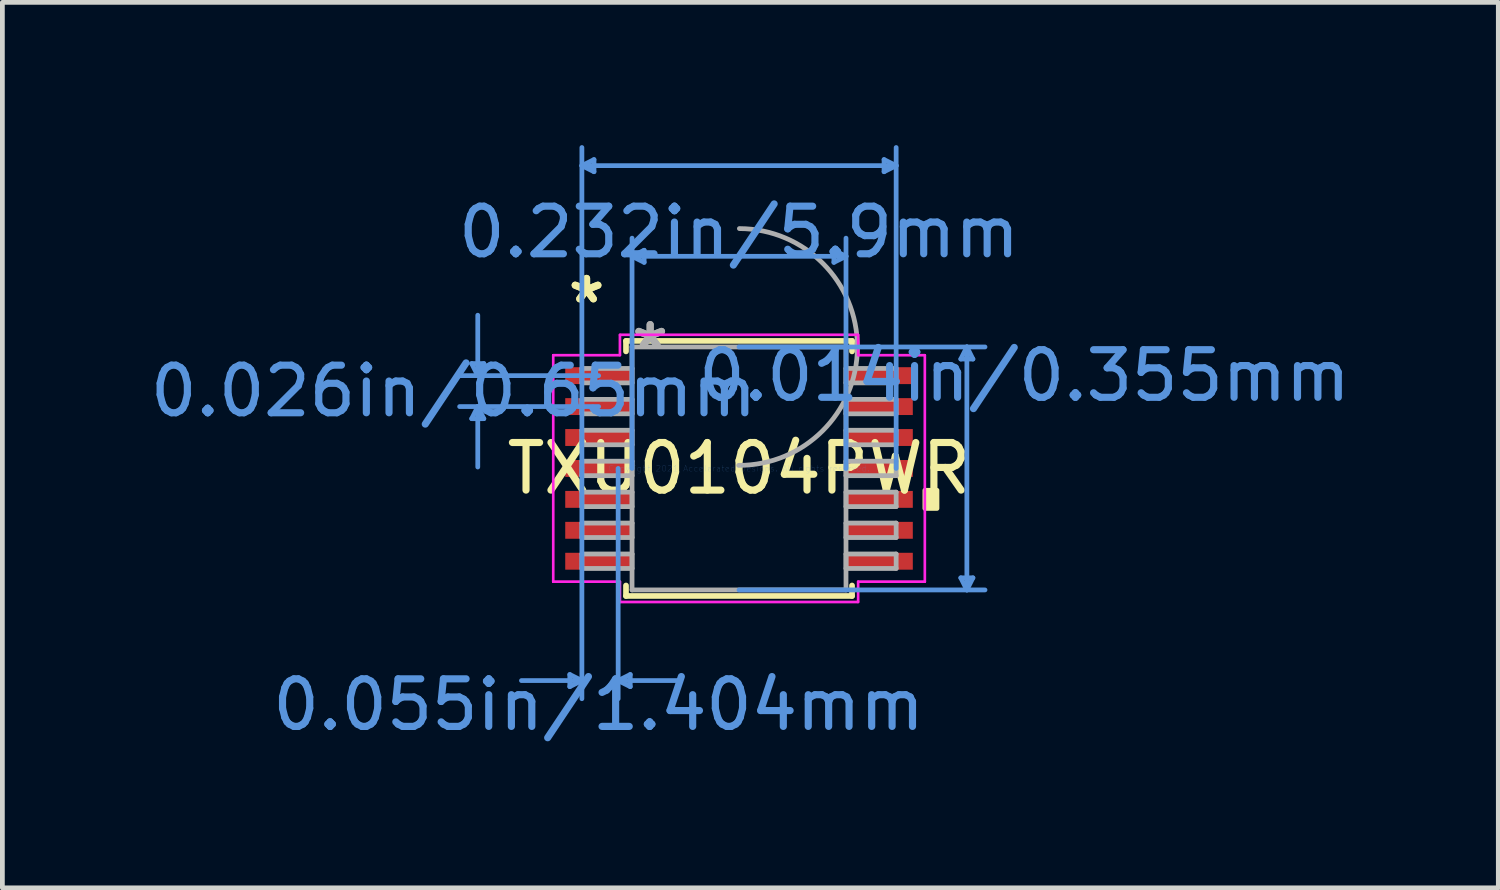
<source format=kicad_pcb>
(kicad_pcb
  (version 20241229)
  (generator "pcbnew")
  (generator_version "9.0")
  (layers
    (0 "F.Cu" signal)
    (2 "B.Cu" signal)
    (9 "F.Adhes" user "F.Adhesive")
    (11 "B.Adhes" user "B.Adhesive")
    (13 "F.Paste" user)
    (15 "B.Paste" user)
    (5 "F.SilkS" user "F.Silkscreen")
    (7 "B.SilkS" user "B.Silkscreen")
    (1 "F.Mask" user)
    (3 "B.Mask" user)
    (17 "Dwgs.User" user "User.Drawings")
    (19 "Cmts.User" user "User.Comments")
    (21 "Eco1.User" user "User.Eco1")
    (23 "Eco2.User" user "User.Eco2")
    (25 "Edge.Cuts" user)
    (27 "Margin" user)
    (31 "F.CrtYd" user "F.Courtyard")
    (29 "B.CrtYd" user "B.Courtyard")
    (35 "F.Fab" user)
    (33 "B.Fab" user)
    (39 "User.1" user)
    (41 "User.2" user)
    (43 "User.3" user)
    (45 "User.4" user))
  (footprint "TXU0104PWR"
    (layer "F.Cu")
    (at 12.48 6.794)
    (property "Reference" "TXU0104PWR" (at 0 0 0) (layer "F.SilkS") (effects (font (size 1 1) (thickness 0.15))))
    (attr through_hole)
    (fp_line (start -2.375 -2.68) (end -2.375 -2.46) (stroke (width 0.12) (type solid)) (layer "F.SilkS"))
    (fp_line (start -2.375 2.46) (end -2.375 2.68) (stroke (width 0.12) (type solid)) (layer "F.SilkS"))
    (fp_line (start -2.375 2.68) (end 2.375 2.68) (stroke (width 0.12) (type solid)) (layer "F.SilkS"))
    (fp_line (start 2.375 -2.68) (end -2.375 -2.68) (stroke (width 0.12) (type solid)) (layer "F.SilkS"))
    (fp_line (start 2.375 -2.46) (end 2.375 -2.68) (stroke (width 0.12) (type solid)) (layer "F.SilkS"))
    (fp_line (start 2.375 2.68) (end 2.375 2.46) (stroke (width 0.12) (type solid)) (layer "F.SilkS"))
    (fp_poly (pts (xy 4.16 0.459) (xy 4.16 0.84) (xy 3.906 0.84) (xy 3.906 0.459)) (stroke (width 0.1) (type solid)) (fill yes) (layer "F.SilkS"))
    (fp_line (start -5.617 -2.204) (end -5.363 -2.204) (stroke (width 0.1) (type solid)) (layer "Cmts.User"))
    (fp_line (start -5.617 -1.046) (end -5.363 -1.046) (stroke (width 0.1) (type solid)) (layer "Cmts.User"))
    (fp_line (start -5.49 -1.95) (end -5.617 -2.204) (stroke (width 0.1) (type solid)) (layer "Cmts.User"))
    (fp_line (start -5.49 -1.95) (end -5.49 -3.22) (stroke (width 0.1) (type solid)) (layer "Cmts.User"))
    (fp_line (start -5.49 -1.95) (end -5.363 -2.204) (stroke (width 0.1) (type solid)) (layer "Cmts.User"))
    (fp_line (start -5.49 -1.3) (end -5.617 -1.046) (stroke (width 0.1) (type solid)) (layer "Cmts.User"))
    (fp_line (start -5.49 -1.3) (end -5.49 -0.03) (stroke (width 0.1) (type solid)) (layer "Cmts.User"))
    (fp_line (start -5.49 -1.3) (end -5.363 -1.046) (stroke (width 0.1) (type solid)) (layer "Cmts.User"))
    (fp_line (start -3.556 4.331) (end -3.556 4.585) (stroke (width 0.1) (type solid)) (layer "Cmts.User"))
    (fp_line (start -3.302 -6.363) (end -3.048 -6.49) (stroke (width 0.1) (type solid)) (layer "Cmts.User"))
    (fp_line (start -3.302 -6.363) (end -3.048 -6.236) (stroke (width 0.1) (type solid)) (layer "Cmts.User"))
    (fp_line (start -3.302 -6.363) (end 3.302 -6.363) (stroke (width 0.1) (type solid)) (layer "Cmts.User"))
    (fp_line (start -3.302 0) (end -3.302 -6.744) (stroke (width 0.1) (type solid)) (layer "Cmts.User"))
    (fp_line (start -3.302 0) (end -3.302 4.839) (stroke (width 0.1) (type solid)) (layer "Cmts.User"))
    (fp_line (start -3.302 4.458) (end -4.572 4.458) (stroke (width 0.1) (type solid)) (layer "Cmts.User"))
    (fp_line (start -3.302 4.458) (end -3.556 4.331) (stroke (width 0.1) (type solid)) (layer "Cmts.User"))
    (fp_line (start -3.302 4.458) (end -3.556 4.585) (stroke (width 0.1) (type solid)) (layer "Cmts.User"))
    (fp_line (start -3.048 -6.49) (end -3.048 -6.236) (stroke (width 0.1) (type solid)) (layer "Cmts.User"))
    (fp_line (start -2.95 -1.95) (end -5.871 -1.95) (stroke (width 0.1) (type solid)) (layer "Cmts.User"))
    (fp_line (start -2.95 -1.3) (end -5.871 -1.3) (stroke (width 0.1) (type solid)) (layer "Cmts.User"))
    (fp_line (start -2.54 0) (end -2.54 4.839) (stroke (width 0.1) (type solid)) (layer "Cmts.User"))
    (fp_line (start -2.54 4.458) (end -2.286 4.331) (stroke (width 0.1) (type solid)) (layer "Cmts.User"))
    (fp_line (start -2.54 4.458) (end -2.286 4.585) (stroke (width 0.1) (type solid)) (layer "Cmts.User"))
    (fp_line (start -2.54 4.458) (end -1.27 4.458) (stroke (width 0.1) (type solid)) (layer "Cmts.User"))
    (fp_line (start -2.286 4.331) (end -2.286 4.585) (stroke (width 0.1) (type solid)) (layer "Cmts.User"))
    (fp_line (start -2.248 -4.458) (end -1.994 -4.585) (stroke (width 0.1) (type solid)) (layer "Cmts.User"))
    (fp_line (start -2.248 -4.458) (end -1.994 -4.331) (stroke (width 0.1) (type solid)) (layer "Cmts.User"))
    (fp_line (start -2.248 -4.458) (end 2.248 -4.458) (stroke (width 0.1) (type solid)) (layer "Cmts.User"))
    (fp_line (start -2.248 0) (end -2.248 -4.839) (stroke (width 0.1) (type solid)) (layer "Cmts.User"))
    (fp_line (start -1.994 -4.585) (end -1.994 -4.331) (stroke (width 0.1) (type solid)) (layer "Cmts.User"))
    (fp_line (start 0 -2.553) (end 5.169 -2.553) (stroke (width 0.1) (type solid)) (layer "Cmts.User"))
    (fp_line (start 0 2.553) (end 5.169 2.553) (stroke (width 0.1) (type solid)) (layer "Cmts.User"))
    (fp_line (start 1.994 -4.585) (end 1.994 -4.331) (stroke (width 0.1) (type solid)) (layer "Cmts.User"))
    (fp_line (start 2.248 -4.458) (end 1.994 -4.585) (stroke (width 0.1) (type solid)) (layer "Cmts.User"))
    (fp_line (start 2.248 -4.458) (end 1.994 -4.331) (stroke (width 0.1) (type solid)) (layer "Cmts.User"))
    (fp_line (start 2.248 0) (end 2.248 -4.839) (stroke (width 0.1) (type solid)) (layer "Cmts.User"))
    (fp_line (start 3.048 -6.49) (end 3.048 -6.236) (stroke (width 0.1) (type solid)) (layer "Cmts.User"))
    (fp_line (start 3.302 -6.363) (end 3.048 -6.49) (stroke (width 0.1) (type solid)) (layer "Cmts.User"))
    (fp_line (start 3.302 -6.363) (end 3.048 -6.236) (stroke (width 0.1) (type solid)) (layer "Cmts.User"))
    (fp_line (start 3.302 0) (end 3.302 -6.744) (stroke (width 0.1) (type solid)) (layer "Cmts.User"))
    (fp_line (start 4.661 -2.299) (end 4.915 -2.299) (stroke (width 0.1) (type solid)) (layer "Cmts.User"))
    (fp_line (start 4.661 2.299) (end 4.915 2.299) (stroke (width 0.1) (type solid)) (layer "Cmts.User"))
    (fp_line (start 4.788 -2.553) (end 4.661 -2.299) (stroke (width 0.1) (type solid)) (layer "Cmts.User"))
    (fp_line (start 4.788 -2.553) (end 4.788 2.553) (stroke (width 0.1) (type solid)) (layer "Cmts.User"))
    (fp_line (start 4.788 -2.553) (end 4.915 -2.299) (stroke (width 0.1) (type solid)) (layer "Cmts.User"))
    (fp_line (start 4.788 2.553) (end 4.661 2.299) (stroke (width 0.1) (type solid)) (layer "Cmts.User"))
    (fp_line (start 4.788 2.553) (end 4.915 2.299) (stroke (width 0.1) (type solid)) (layer "Cmts.User"))
    (fp_line (start -3.906 -2.381) (end -2.502 -2.381) (stroke (width 0.05) (type solid)) (layer "F.CrtYd"))
    (fp_line (start -3.906 -2.381) (end -2.502 -2.381) (stroke (width 0.05) (type solid)) (layer "F.CrtYd"))
    (fp_line (start -3.906 2.381) (end -3.906 -2.381) (stroke (width 0.05) (type solid)) (layer "F.CrtYd"))
    (fp_line (start -3.906 2.381) (end -3.906 -2.381) (stroke (width 0.05) (type solid)) (layer "F.CrtYd"))
    (fp_line (start -3.906 2.381) (end -2.502 2.381) (stroke (width 0.05) (type solid)) (layer "F.CrtYd"))
    (fp_line (start -2.502 -2.807) (end 2.502 -2.807) (stroke (width 0.05) (type solid)) (layer "F.CrtYd"))
    (fp_line (start -2.502 -2.807) (end 2.502 -2.807) (stroke (width 0.05) (type solid)) (layer "F.CrtYd"))
    (fp_line (start -2.502 -2.381) (end -2.502 -2.807) (stroke (width 0.05) (type solid)) (layer "F.CrtYd"))
    (fp_line (start -2.502 -2.381) (end -2.502 -2.807) (stroke (width 0.05) (type solid)) (layer "F.CrtYd"))
    (fp_line (start -2.502 2.381) (end -3.906 2.381) (stroke (width 0.05) (type solid)) (layer "F.CrtYd"))
    (fp_line (start -2.502 2.807) (end -2.502 2.381) (stroke (width 0.05) (type solid)) (layer "F.CrtYd"))
    (fp_line (start -2.502 2.807) (end -2.502 2.381) (stroke (width 0.05) (type solid)) (layer "F.CrtYd"))
    (fp_line (start 2.502 -2.807) (end 2.502 -2.381) (stroke (width 0.05) (type solid)) (layer "F.CrtYd"))
    (fp_line (start 2.502 -2.807) (end 2.502 -2.381) (stroke (width 0.05) (type solid)) (layer "F.CrtYd"))
    (fp_line (start 2.502 -2.381) (end 3.906 -2.381) (stroke (width 0.05) (type solid)) (layer "F.CrtYd"))
    (fp_line (start 2.502 2.381) (end 2.502 2.807) (stroke (width 0.05) (type solid)) (layer "F.CrtYd"))
    (fp_line (start 2.502 2.381) (end 2.502 2.807) (stroke (width 0.05) (type solid)) (layer "F.CrtYd"))
    (fp_line (start 2.502 2.807) (end -2.502 2.807) (stroke (width 0.05) (type solid)) (layer "F.CrtYd"))
    (fp_line (start 2.502 2.807) (end -2.502 2.807) (stroke (width 0.05) (type solid)) (layer "F.CrtYd"))
    (fp_line (start 3.906 -2.381) (end 2.502 -2.381) (stroke (width 0.05) (type solid)) (layer "F.CrtYd"))
    (fp_line (start 3.906 -2.381) (end 3.906 2.381) (stroke (width 0.05) (type solid)) (layer "F.CrtYd"))
    (fp_line (start 3.906 -2.381) (end 3.906 2.381) (stroke (width 0.05) (type solid)) (layer "F.CrtYd"))
    (fp_line (start 3.906 2.381) (end 2.502 2.381) (stroke (width 0.05) (type solid)) (layer "F.CrtYd"))
    (fp_line (start 3.906 2.381) (end 2.502 2.381) (stroke (width 0.05) (type solid)) (layer "F.CrtYd"))
    (fp_line (start -3.302 -2.102) (end -3.302 -1.798) (stroke (width 0.1) (type solid)) (layer "F.Fab"))
    (fp_line (start -3.302 -1.798) (end -2.248 -1.798) (stroke (width 0.1) (type solid)) (layer "F.Fab"))
    (fp_line (start -3.302 -1.452) (end -3.302 -1.148) (stroke (width 0.1) (type solid)) (layer "F.Fab"))
    (fp_line (start -3.302 -1.148) (end -2.248 -1.148) (stroke (width 0.1) (type solid)) (layer "F.Fab"))
    (fp_line (start -3.302 -0.802) (end -3.302 -0.498) (stroke (width 0.1) (type solid)) (layer "F.Fab"))
    (fp_line (start -3.302 -0.498) (end -2.248 -0.498) (stroke (width 0.1) (type solid)) (layer "F.Fab"))
    (fp_line (start -3.302 -0.152) (end -3.302 0.152) (stroke (width 0.1) (type solid)) (layer "F.Fab"))
    (fp_line (start -3.302 0.152) (end -2.248 0.152) (stroke (width 0.1) (type solid)) (layer "F.Fab"))
    (fp_line (start -3.302 0.498) (end -3.302 0.802) (stroke (width 0.1) (type solid)) (layer "F.Fab"))
    (fp_line (start -3.302 0.802) (end -2.248 0.802) (stroke (width 0.1) (type solid)) (layer "F.Fab"))
    (fp_line (start -3.302 1.148) (end -3.302 1.452) (stroke (width 0.1) (type solid)) (layer "F.Fab"))
    (fp_line (start -3.302 1.452) (end -2.248 1.452) (stroke (width 0.1) (type solid)) (layer "F.Fab"))
    (fp_line (start -3.302 1.798) (end -3.302 2.102) (stroke (width 0.1) (type solid)) (layer "F.Fab"))
    (fp_line (start -3.302 2.102) (end -2.248 2.102) (stroke (width 0.1) (type solid)) (layer "F.Fab"))
    (fp_line (start -2.248 -2.553) (end -2.248 2.553) (stroke (width 0.1) (type solid)) (layer "F.Fab"))
    (fp_line (start -2.248 -2.102) (end -3.302 -2.102) (stroke (width 0.1) (type solid)) (layer "F.Fab"))
    (fp_line (start -2.248 -1.798) (end -2.248 -2.102) (stroke (width 0.1) (type solid)) (layer "F.Fab"))
    (fp_line (start -2.248 -1.452) (end -3.302 -1.452) (stroke (width 0.1) (type solid)) (layer "F.Fab"))
    (fp_line (start -2.248 -1.148) (end -2.248 -1.452) (stroke (width 0.1) (type solid)) (layer "F.Fab"))
    (fp_line (start -2.248 -0.802) (end -3.302 -0.802) (stroke (width 0.1) (type solid)) (layer "F.Fab"))
    (fp_line (start -2.248 -0.498) (end -2.248 -0.802) (stroke (width 0.1) (type solid)) (layer "F.Fab"))
    (fp_line (start -2.248 -0.152) (end -3.302 -0.152) (stroke (width 0.1) (type solid)) (layer "F.Fab"))
    (fp_line (start -2.248 0.152) (end -2.248 -0.152) (stroke (width 0.1) (type solid)) (layer "F.Fab"))
    (fp_line (start -2.248 0.498) (end -3.302 0.498) (stroke (width 0.1) (type solid)) (layer "F.Fab"))
    (fp_line (start -2.248 0.802) (end -2.248 0.498) (stroke (width 0.1) (type solid)) (layer "F.Fab"))
    (fp_line (start -2.248 1.148) (end -3.302 1.148) (stroke (width 0.1) (type solid)) (layer "F.Fab"))
    (fp_line (start -2.248 1.452) (end -2.248 1.148) (stroke (width 0.1) (type solid)) (layer "F.Fab"))
    (fp_line (start -2.248 1.798) (end -3.302 1.798) (stroke (width 0.1) (type solid)) (layer "F.Fab"))
    (fp_line (start -2.248 2.102) (end -2.248 1.798) (stroke (width 0.1) (type solid)) (layer "F.Fab"))
    (fp_line (start -2.248 2.553) (end 2.248 2.553) (stroke (width 0.1) (type solid)) (layer "F.Fab"))
    (fp_line (start 2.248 -2.553) (end -2.248 -2.553) (stroke (width 0.1) (type solid)) (layer "F.Fab"))
    (fp_line (start 2.248 -2.102) (end 2.248 -1.798) (stroke (width 0.1) (type solid)) (layer "F.Fab"))
    (fp_line (start 2.248 -1.798) (end 3.302 -1.798) (stroke (width 0.1) (type solid)) (layer "F.Fab"))
    (fp_line (start 2.248 -1.452) (end 2.248 -1.148) (stroke (width 0.1) (type solid)) (layer "F.Fab"))
    (fp_line (start 2.248 -1.148) (end 3.302 -1.148) (stroke (width 0.1) (type solid)) (layer "F.Fab"))
    (fp_line (start 2.248 -0.802) (end 2.248 -0.498) (stroke (width 0.1) (type solid)) (layer "F.Fab"))
    (fp_line (start 2.248 -0.498) (end 3.302 -0.498) (stroke (width 0.1) (type solid)) (layer "F.Fab"))
    (fp_line (start 2.248 -0.152) (end 2.248 0.152) (stroke (width 0.1) (type solid)) (layer "F.Fab"))
    (fp_line (start 2.248 0.152) (end 3.302 0.152) (stroke (width 0.1) (type solid)) (layer "F.Fab"))
    (fp_line (start 2.248 0.498) (end 2.248 0.802) (stroke (width 0.1) (type solid)) (layer "F.Fab"))
    (fp_line (start 2.248 0.802) (end 3.302 0.802) (stroke (width 0.1) (type solid)) (layer "F.Fab"))
    (fp_line (start 2.248 1.148) (end 2.248 1.452) (stroke (width 0.1) (type solid)) (layer "F.Fab"))
    (fp_line (start 2.248 1.452) (end 3.302 1.452) (stroke (width 0.1) (type solid)) (layer "F.Fab"))
    (fp_line (start 2.248 1.798) (end 2.248 2.102) (stroke (width 0.1) (type solid)) (layer "F.Fab"))
    (fp_line (start 2.248 2.102) (end 3.302 2.102) (stroke (width 0.1) (type solid)) (layer "F.Fab"))
    (fp_line (start 2.248 2.553) (end 2.248 -2.553) (stroke (width 0.1) (type solid)) (layer "F.Fab"))
    (fp_line (start 3.302 -2.102) (end 2.248 -2.102) (stroke (width 0.1) (type solid)) (layer "F.Fab"))
    (fp_line (start 3.302 -1.798) (end 3.302 -2.102) (stroke (width 0.1) (type solid)) (layer "F.Fab"))
    (fp_line (start 3.302 -1.452) (end 2.248 -1.452) (stroke (width 0.1) (type solid)) (layer "F.Fab"))
    (fp_line (start 3.302 -1.148) (end 3.302 -1.452) (stroke (width 0.1) (type solid)) (layer "F.Fab"))
    (fp_line (start 3.302 -0.802) (end 2.248 -0.802) (stroke (width 0.1) (type solid)) (layer "F.Fab"))
    (fp_line (start 3.302 -0.498) (end 3.302 -0.802) (stroke (width 0.1) (type solid)) (layer "F.Fab"))
    (fp_line (start 3.302 -0.152) (end 2.248 -0.152) (stroke (width 0.1) (type solid)) (layer "F.Fab"))
    (fp_line (start 3.302 0.152) (end 3.302 -0.152) (stroke (width 0.1) (type solid)) (layer "F.Fab"))
    (fp_line (start 3.302 0.498) (end 2.248 0.498) (stroke (width 0.1) (type solid)) (layer "F.Fab"))
    (fp_line (start 3.302 0.802) (end 3.302 0.498) (stroke (width 0.1) (type solid)) (layer "F.Fab"))
    (fp_line (start 3.302 1.148) (end 2.248 1.148) (stroke (width 0.1) (type solid)) (layer "F.Fab"))
    (fp_line (start 3.302 1.452) (end 3.302 1.148) (stroke (width 0.1) (type solid)) (layer "F.Fab"))
    (fp_line (start 3.302 1.798) (end 2.248 1.798) (stroke (width 0.1) (type solid)) (layer "F.Fab"))
    (fp_line (start 3.302 2.102) (end 3.302 1.798) (stroke (width 0.1) (type solid)) (layer "F.Fab"))
    (fp_arc (start 0.007742 -5.040561) (mid 2.487861 -2.544958) (end -0.007742 -0.064839) (stroke (width 0.1) (type solid)) (layer "F.Fab"))
    (fp_text user "*" (at -3.204 -3.448 0) (layer "F.SilkS") (effects (font (size 1 1) (thickness 0.15))))
    (fp_text user "*" (at -3.204 -3.448 0) (layer "F.SilkS") (effects (font (size 1 1) (thickness 0.15))))
    (fp_text user "0.026in/0.65mm" (at -5.998 -1.625 0) (layer "Cmts.User") (effects (font (size 1 1) (thickness 0.15))))
    (fp_text user "0.055in/1.404mm" (at -2.95 4.966 0) (layer "Cmts.User") (effects (font (size 1 1) (thickness 0.15))))
    (fp_text user "0.014in/0.355mm" (at 5.998 -1.95 0) (layer "Cmts.User") (effects (font (size 1 1) (thickness 0.15))))
    (fp_text user "Copyright 2021 Accelerated Designs. All rights reserved." (at 0 0 0) (layer "Cmts.User") (effects (font (size 0.127 0.127) (thickness 0.002))))
    (fp_text user "0.232in/5.9mm" (at 0 -4.966 0) (layer "Cmts.User") (effects (font (size 1 1) (thickness 0.15))))
    (fp_text user "*" (at -1.867 -2.477 0) (layer "F.Fab") (effects (font (size 1 1) (thickness 0.15))))
    (fp_text user "*" (at -1.867 -2.477 0) (layer "F.Fab") (effects (font (size 1 1) (thickness 0.15))))
    (pad "1" smd rect (at -2.95 -1.95) (size 1.404 0.355) (layers "F.Cu" "F.Mask" "F.Paste"))
    (pad "2" smd rect (at -2.95 -1.3) (size 1.404 0.355) (layers "F.Cu" "F.Mask" "F.Paste"))
    (pad "3" smd rect (at -2.95 -0.65) (size 1.404 0.355) (layers "F.Cu" "F.Mask" "F.Paste"))
    (pad "4" smd rect (at -2.95 0) (size 1.404 0.355) (layers "F.Cu" "F.Mask" "F.Paste"))
    (pad "5" smd rect (at -2.95 0.65) (size 1.404 0.355) (layers "F.Cu" "F.Mask" "F.Paste"))
    (pad "6" smd rect (at -2.95 1.3) (size 1.404 0.355) (layers "F.Cu" "F.Mask" "F.Paste"))
    (pad "7" smd rect (at -2.95 1.95) (size 1.404 0.355) (layers "F.Cu" "F.Mask" "F.Paste"))
    (pad "8" smd rect (at 2.95 1.95) (size 1.404 0.355) (layers "F.Cu" "F.Mask" "F.Paste"))
    (pad "9" smd rect (at 2.95 1.3) (size 1.404 0.355) (layers "F.Cu" "F.Mask" "F.Paste"))
    (pad "10" smd rect (at 2.95 0.65) (size 1.404 0.355) (layers "F.Cu" "F.Mask" "F.Paste"))
    (pad "11" smd rect (at 2.95 0) (size 1.404 0.355) (layers "F.Cu" "F.Mask" "F.Paste"))
    (pad "12" smd rect (at 2.95 -0.65) (size 1.404 0.355) (layers "F.Cu" "F.Mask" "F.Paste"))
    (pad "13" smd rect (at 2.95 -1.3) (size 1.404 0.355) (layers "F.Cu" "F.Mask" "F.Paste"))
    (pad "14" smd rect (at 2.95 -1.95) (size 1.404 0.355) (layers "F.Cu" "F.Mask" "F.Paste")))
  (gr_rect
    (start -3 -3)
    (end 28.436 15.608)
    (stroke (width 0.1) (type default))
    (fill no)
    (layer "Edge.Cuts")))
</source>
